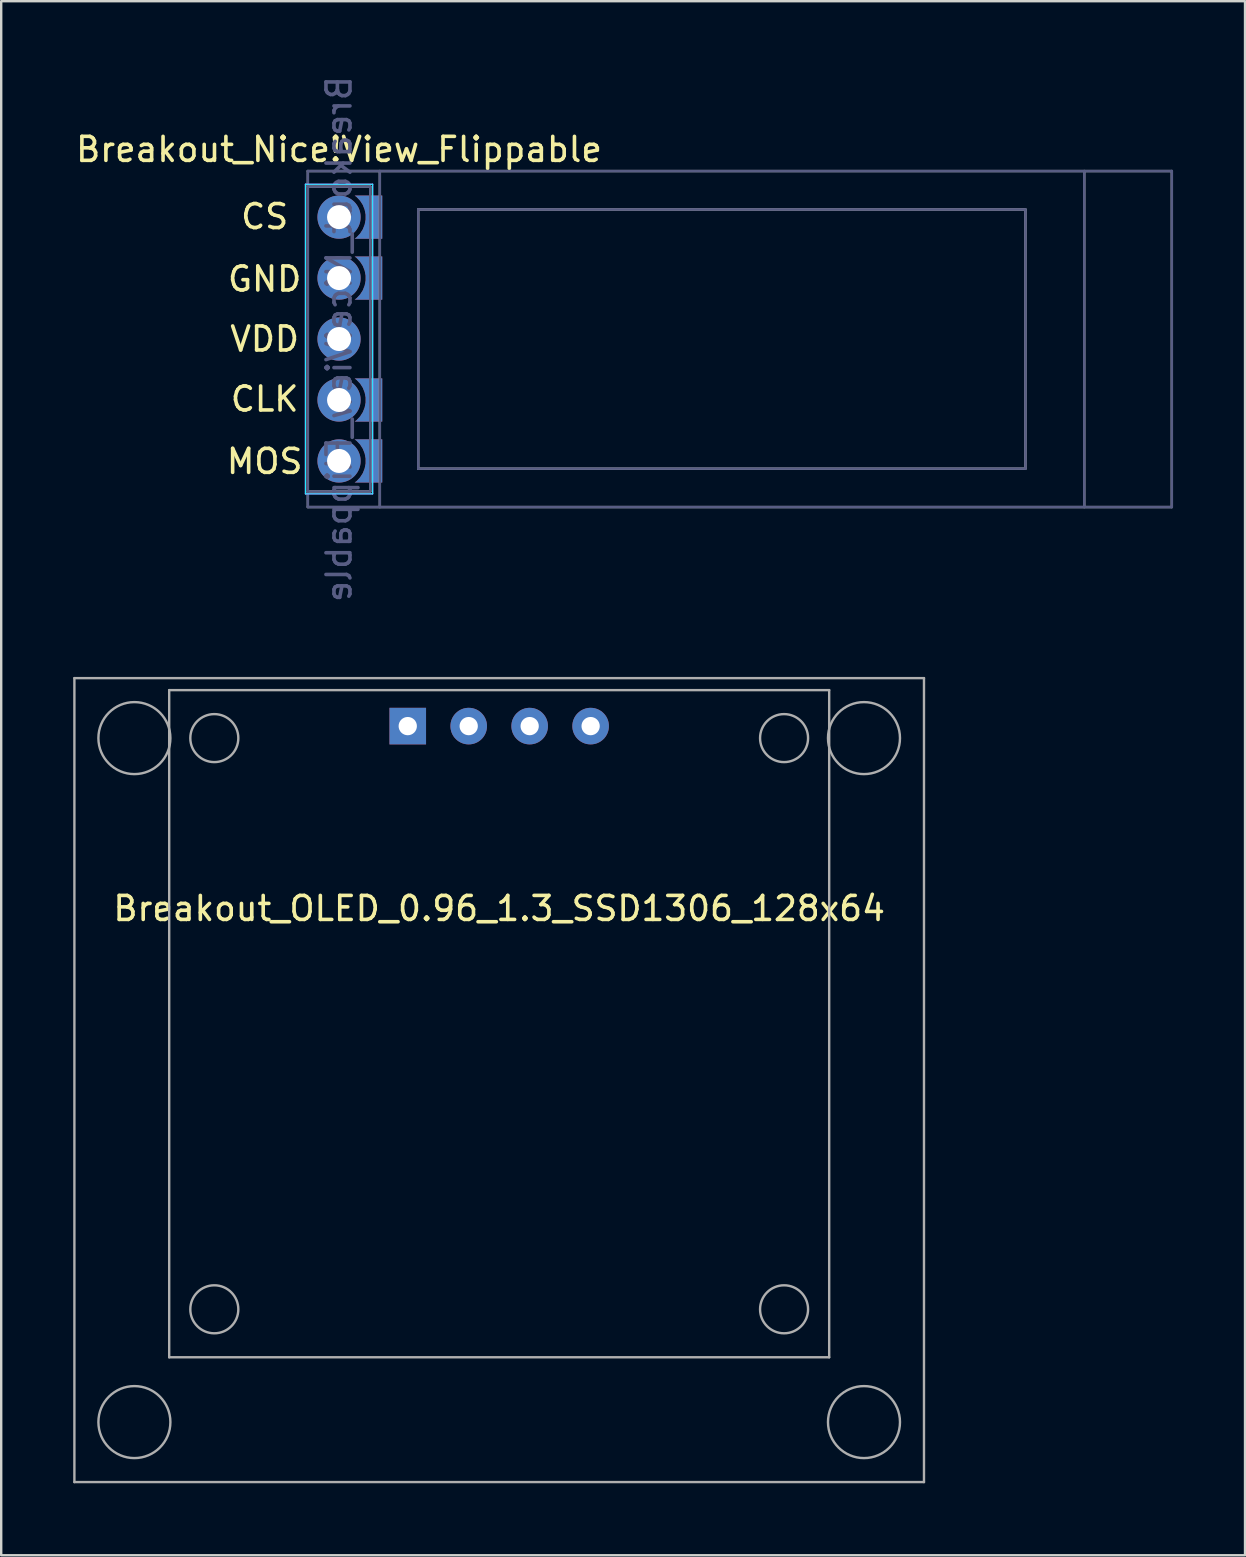
<source format=kicad_pcb>
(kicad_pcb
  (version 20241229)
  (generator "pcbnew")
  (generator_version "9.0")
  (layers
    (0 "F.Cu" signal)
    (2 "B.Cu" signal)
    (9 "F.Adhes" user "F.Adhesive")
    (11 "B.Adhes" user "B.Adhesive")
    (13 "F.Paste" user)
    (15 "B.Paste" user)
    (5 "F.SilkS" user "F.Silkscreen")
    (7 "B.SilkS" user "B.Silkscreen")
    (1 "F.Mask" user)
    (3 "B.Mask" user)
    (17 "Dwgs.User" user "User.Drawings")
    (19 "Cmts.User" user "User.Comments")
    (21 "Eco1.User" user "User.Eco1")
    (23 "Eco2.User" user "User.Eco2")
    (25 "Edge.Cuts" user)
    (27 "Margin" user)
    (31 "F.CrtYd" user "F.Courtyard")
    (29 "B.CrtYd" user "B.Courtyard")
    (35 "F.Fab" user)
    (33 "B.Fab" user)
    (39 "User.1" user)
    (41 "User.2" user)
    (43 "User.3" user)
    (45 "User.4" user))
  (footprint "Breakout_Nice!View_Flippable"
    (layer "F.Cu")
    (at 11.077 11.077)
    (property "Reference" "Breakout_Nice!View_Flippable" (at 0 -7.9 0) (layer "F.SilkS") (effects (font (size 1 1) (thickness 0.15))))
    (fp_line (start -1.4 -6.45) (end 1.4 -6.45) (stroke (width 0.05) (type default)) (layer "B.CrtYd"))
    (fp_line (start -1.4 6.45) (end -1.4 -6.45) (stroke (width 0.05) (type solid)) (layer "B.CrtYd"))
    (fp_line (start 1.4 -6.45) (end 1.4 6.45) (stroke (width 0.05) (type solid)) (layer "B.CrtYd"))
    (fp_line (start 1.4 6.45) (end -1.4 6.45) (stroke (width 0.05) (type default)) (layer "B.CrtYd"))
    (fp_line (start -1.4 -6.45) (end -1.4 6.45) (stroke (width 0.05) (type solid)) (layer "F.CrtYd"))
    (fp_line (start -1.4 6.45) (end 1.4 6.45) (stroke (width 0.05) (type default)) (layer "F.CrtYd"))
    (fp_line (start 1.4 -6.45) (end -1.4 -6.45) (stroke (width 0.05) (type default)) (layer "F.CrtYd"))
    (fp_line (start 1.4 6.45) (end 1.4 -6.45) (stroke (width 0.05) (type solid)) (layer "F.CrtYd"))
    (fp_line (start -1.3 -7) (end 34.7 -7) (stroke (width 0.1) (type default)) (layer "B.Fab"))
    (fp_line (start -1.3 6.35) (end 1.3 6.35) (stroke (width 0.1) (type solid)) (layer "B.Fab"))
    (fp_line (start -1.3 7) (end -1.3 -7) (stroke (width 0.1) (type default)) (layer "B.Fab"))
    (fp_line (start -1.3 7) (end 34.7 7) (stroke (width 0.1) (type default)) (layer "B.Fab"))
    (fp_line (start 1.3 -6.35) (end -1.3 -6.35) (stroke (width 0.1) (type solid)) (layer "B.Fab"))
    (fp_line (start 1.3 6.35) (end 1.3 -6.35) (stroke (width 0.1) (type solid)) (layer "B.Fab"))
    (fp_line (start 1.7 7) (end 1.7 -7) (stroke (width 0.1) (type default)) (layer "B.Fab"))
    (fp_line (start 3.3 5.4) (end 3.3 -5.4) (stroke (width 0.1) (type default)) (layer "B.Fab"))
    (fp_line (start 28.6 -5.4) (end 3.3 -5.4) (stroke (width 0.1) (type default)) (layer "B.Fab"))
    (fp_line (start 28.6 5.4) (end 3.3 5.4) (stroke (width 0.1) (type default)) (layer "B.Fab"))
    (fp_line (start 28.6 5.4) (end 28.6 -5.4) (stroke (width 0.1) (type default)) (layer "B.Fab"))
    (fp_line (start 31.05 7) (end 31.05 -7) (stroke (width 0.1) (type default)) (layer "B.Fab"))
    (fp_line (start 34.7 7) (end 34.7 -7) (stroke (width 0.1) (type default)) (layer "B.Fab"))
    (fp_line (start -1.3 -7) (end -1.3 7) (stroke (width 0.1) (type default)) (layer "F.Fab"))
    (fp_line (start -1.3 -7) (end 34.7 -7) (stroke (width 0.1) (type default)) (layer "F.Fab"))
    (fp_line (start -1.3 -6.35) (end 1.3 -6.35) (stroke (width 0.1) (type solid)) (layer "F.Fab"))
    (fp_line (start -1.3 7) (end 34.7 7) (stroke (width 0.1) (type default)) (layer "F.Fab"))
    (fp_line (start 1.3 -6.35) (end 1.3 6.35) (stroke (width 0.1) (type solid)) (layer "F.Fab"))
    (fp_line (start 1.3 6.35) (end -1.3 6.35) (stroke (width 0.1) (type solid)) (layer "F.Fab"))
    (fp_line (start 1.7 -7) (end 1.7 7) (stroke (width 0.1) (type default)) (layer "F.Fab"))
    (fp_line (start 3.3 -5.4) (end 3.3 5.4) (stroke (width 0.1) (type default)) (layer "F.Fab"))
    (fp_line (start 28.6 -5.4) (end 3.3 -5.4) (stroke (width 0.1) (type default)) (layer "F.Fab"))
    (fp_line (start 28.6 -5.4) (end 28.6 5.4) (stroke (width 0.1) (type default)) (layer "F.Fab"))
    (fp_line (start 28.6 5.4) (end 3.3 5.4) (stroke (width 0.1) (type default)) (layer "F.Fab"))
    (fp_line (start 31.05 -7) (end 31.05 7) (stroke (width 0.1) (type default)) (layer "F.Fab"))
    (fp_line (start 34.7 -7) (end 34.7 7) (stroke (width 0.1) (type default)) (layer "F.Fab"))
    (fp_text user "CS" (at -3.1 -5.1 0) (unlocked yes) (layer "F.SilkS") (effects (font (size 1 1) (thickness 0.15))))
    (fp_text user "CLK" (at -3.1 2.5 0) (unlocked yes) (layer "F.SilkS") (effects (font (size 1 1) (thickness 0.15))))
    (fp_text user "GND" (at -3.1 -2.5 0) (unlocked yes) (layer "F.SilkS") (effects (font (size 1 1) (thickness 0.15))))
    (fp_text user "MOS" (at -3.1 5.1 0) (unlocked yes) (layer "F.SilkS") (effects (font (size 1 1) (thickness 0.15))))
    (fp_text user "VDD" (at -3.1 0 0) (unlocked yes) (layer "F.SilkS") (effects (font (size 1 1) (thickness 0.15))))
    (fp_text user "${REFERENCE}" (at 0 0 270) (layer "B.Fab") (effects (font (size 1 1) (thickness 0.15)) (justify mirror)))
    (pad "" thru_hole oval (at 0 -5.08 180) (size 1.8 1.8) (drill 1) (layers "*.Cu" "*.Mask"))
    (pad "" thru_hole oval (at 0 -2.54) (size 1.8 1.8) (drill 1) (layers "*.Cu" "*.Mask"))
    (pad "" thru_hole oval (at 0 2.54 180) (size 1.8 1.8) (drill 1) (layers "*.Cu" "*.Mask"))
    (pad "" thru_hole oval (at 0 5.08 180) (size 1.8 1.8) (drill 1) (layers "*.Cu" "*.Mask"))
    (pad "1" smd custom (at 1.5 -5.08) (size 0.6 1.8) (layers "B.Cu" "B.Mask") (options (anchor rect)) (primitives (gr_poly (pts (xy 0.3 -0.9) (xy -0.85 -0.9) (xy -0.766 -0.837) (xy -0.622 -0.684) (xy -0.509 -0.507) (xy -0.432 -0.311) (xy -0.392 -0.105) (xy -0.392 0.105) (xy -0.432 0.311) (xy -0.509 0.507) (xy -0.622 0.684) (xy -0.766 0.837) (xy -0.85 0.9) (xy 0.3 0.9)) (width 0) (fill yes))))
    (pad "1" smd custom (at 1.5 5.08 180) (size 0.6 1.8) (layers "F.Cu" "F.Mask") (options (anchor rect)) (primitives (gr_poly (pts (xy -0.3 -0.9) (xy 0.85 -0.9) (xy 0.766 -0.837) (xy 0.622 -0.684) (xy 0.509 -0.507) (xy 0.432 -0.311) (xy 0.392 -0.105) (xy 0.392 0.105) (xy 0.432 0.311) (xy 0.509 0.507) (xy 0.622 0.684) (xy 0.766 0.837) (xy 0.85 0.9) (xy -0.3 0.9)) (width 0) (fill yes))))
    (pad "2" smd custom (at 1.5 -2.54) (size 0.6 1.8) (layers "B.Cu" "B.Mask") (options (anchor rect)) (primitives (gr_poly (pts (xy 0.3 -0.9) (xy -0.85 -0.9) (xy -0.766 -0.837) (xy -0.622 -0.684) (xy -0.509 -0.507) (xy -0.432 -0.311) (xy -0.392 -0.105) (xy -0.392 0.105) (xy -0.432 0.311) (xy -0.509 0.507) (xy -0.622 0.684) (xy -0.766 0.837) (xy -0.85 0.9) (xy 0.3 0.9)) (width 0) (fill yes))))
    (pad "2" smd custom (at 1.5 2.54 180) (size 0.6 1.8) (layers "F.Cu" "F.Mask") (options (anchor rect)) (primitives (gr_poly (pts (xy -0.3 -0.9) (xy 0.85 -0.9) (xy 0.766 -0.837) (xy 0.622 -0.684) (xy 0.509 -0.507) (xy 0.432 -0.311) (xy 0.392 -0.105) (xy 0.392 0.105) (xy 0.432 0.311) (xy 0.509 0.507) (xy 0.622 0.684) (xy 0.766 0.837) (xy 0.85 0.9) (xy -0.3 0.9)) (width 0) (fill yes))))
    (pad "3" thru_hole oval (at 0 0 180) (size 1.8 1.8) (drill 1) (layers "*.Cu" "*.Mask"))
    (pad "4" smd custom (at 1.5 -2.54 180) (size 0.6 1.8) (layers "F.Cu" "F.Mask") (options (anchor rect)) (primitives (gr_poly (pts (xy -0.3 -0.9) (xy 0.85 -0.9) (xy 0.766 -0.837) (xy 0.622 -0.684) (xy 0.509 -0.507) (xy 0.432 -0.311) (xy 0.392 -0.105) (xy 0.392 0.105) (xy 0.432 0.311) (xy 0.509 0.507) (xy 0.622 0.684) (xy 0.766 0.837) (xy 0.85 0.9) (xy -0.3 0.9)) (width 0) (fill yes))))
    (pad "4" smd custom (at 1.5 2.54) (size 0.6 1.8) (layers "B.Cu" "B.Mask") (options (anchor rect)) (primitives (gr_poly (pts (xy 0.3 -0.9) (xy -0.85 -0.9) (xy -0.766 -0.837) (xy -0.622 -0.684) (xy -0.509 -0.507) (xy -0.432 -0.311) (xy -0.392 -0.105) (xy -0.392 0.105) (xy -0.432 0.311) (xy -0.509 0.507) (xy -0.622 0.684) (xy -0.766 0.837) (xy -0.85 0.9) (xy 0.3 0.9)) (width 0) (fill yes))))
    (pad "5" smd custom (at 1.5 -5.08 180) (size 0.6 1.8) (layers "F.Cu" "F.Mask") (options (anchor rect)) (primitives (gr_poly (pts (xy -0.3 -0.9) (xy 0.85 -0.9) (xy 0.766 -0.837) (xy 0.622 -0.684) (xy 0.509 -0.507) (xy 0.432 -0.311) (xy 0.392 -0.105) (xy 0.392 0.105) (xy 0.432 0.311) (xy 0.509 0.507) (xy 0.622 0.684) (xy 0.766 0.837) (xy 0.85 0.9) (xy -0.3 0.9)) (width 0) (fill yes))))
    (pad "5" smd custom (at 1.5 5.08) (size 0.6 1.8) (layers "B.Cu" "B.Mask") (options (anchor rect)) (primitives (gr_poly (pts (xy 0.3 -0.9) (xy -0.85 -0.9) (xy -0.766 -0.837) (xy -0.622 -0.684) (xy -0.509 -0.507) (xy -0.432 -0.311) (xy -0.392 -0.105) (xy -0.392 0.105) (xy -0.432 0.311) (xy -0.509 0.507) (xy -0.622 0.684) (xy -0.766 0.837) (xy -0.85 0.9) (xy 0.3 0.9)) (width 0) (fill yes)))))
  (footprint "Breakout_OLED_0.96_1.3_SSD1306_128x64"
    (layer "F.Cu")
    (at 17.75 27.205)
    (property "Reference" "Breakout_OLED_0.96_1.3_SSD1306_128x64" (at 0 7.6 0) (layer "F.SilkS") (effects (font (size 1 1) (thickness 0.15))))
    (attr through_hole)
    (fp_line (start -17.7 -2) (end -17.7 31.5) (stroke (width 0.1) (type solid)) (layer "F.Fab"))
    (fp_line (start -17.7 -2) (end 17.7 -2) (stroke (width 0.1) (type solid)) (layer "F.Fab"))
    (fp_line (start -17.7 31.5) (end 17.7 31.5) (stroke (width 0.1) (type solid)) (layer "F.Fab"))
    (fp_line (start -13.75 -1.5) (end 13.75 -1.5) (stroke (width 0.1) (type solid)) (layer "F.Fab"))
    (fp_line (start -13.75 26.3) (end -13.75 -1.5) (stroke (width 0.1) (type solid)) (layer "F.Fab"))
    (fp_line (start -13.75 26.3) (end 13.75 26.3) (stroke (width 0.1) (type solid)) (layer "F.Fab"))
    (fp_line (start 13.75 26.3) (end 13.75 -1.5) (stroke (width 0.1) (type solid)) (layer "F.Fab"))
    (fp_line (start 17.7 -2) (end 17.7 31.5) (stroke (width 0.1) (type solid)) (layer "F.Fab"))
    (fp_circle (center -15.2 0.5) (end -13.7 0.5) (stroke (width 0.1) (type solid)) (fill no) (layer "F.Fab"))
    (fp_circle (center -15.2 29) (end -13.7 29) (stroke (width 0.1) (type solid)) (fill no) (layer "F.Fab"))
    (fp_circle (center -11.87 0.5) (end -10.87 0.5) (stroke (width 0.1) (type solid)) (fill no) (layer "F.Fab"))
    (fp_circle (center -11.87 24.3) (end -10.87 24.3) (stroke (width 0.1) (type solid)) (fill no) (layer "F.Fab"))
    (fp_circle (center 11.87 0.5) (end 12.87 0.5) (stroke (width 0.1) (type solid)) (fill no) (layer "F.Fab"))
    (fp_circle (center 11.87 24.3) (end 12.87 24.3) (stroke (width 0.1) (type solid)) (fill no) (layer "F.Fab"))
    (fp_circle (center 15.2 0.5) (end 16.7 0.5) (stroke (width 0.1) (type solid)) (fill no) (layer "F.Fab"))
    (fp_circle (center 15.2 29) (end 16.7 29) (stroke (width 0.1) (type solid)) (fill no) (layer "F.Fab"))
    (pad "1" thru_hole rect (at -3.81 0) (size 1.524 1.524) (drill 0.762) (layers "*.Cu" "*.Mask"))
    (pad "2" thru_hole circle (at -1.27 0) (size 1.524 1.524) (drill 0.762) (layers "*.Cu" "*.Mask"))
    (pad "3" thru_hole circle (at 1.27 0) (size 1.524 1.524) (drill 0.762) (layers "*.Cu" "*.Mask"))
    (pad "4" thru_hole circle (at 3.81 0) (size 1.524 1.524) (drill 0.762) (layers "*.Cu" "*.Mask")))
  (gr_rect
    (start -3 -3)
    (end 48.827 61.755)
    (stroke (width 0.1) (type default))
    (fill no)
    (layer "Edge.Cuts")))
</source>
